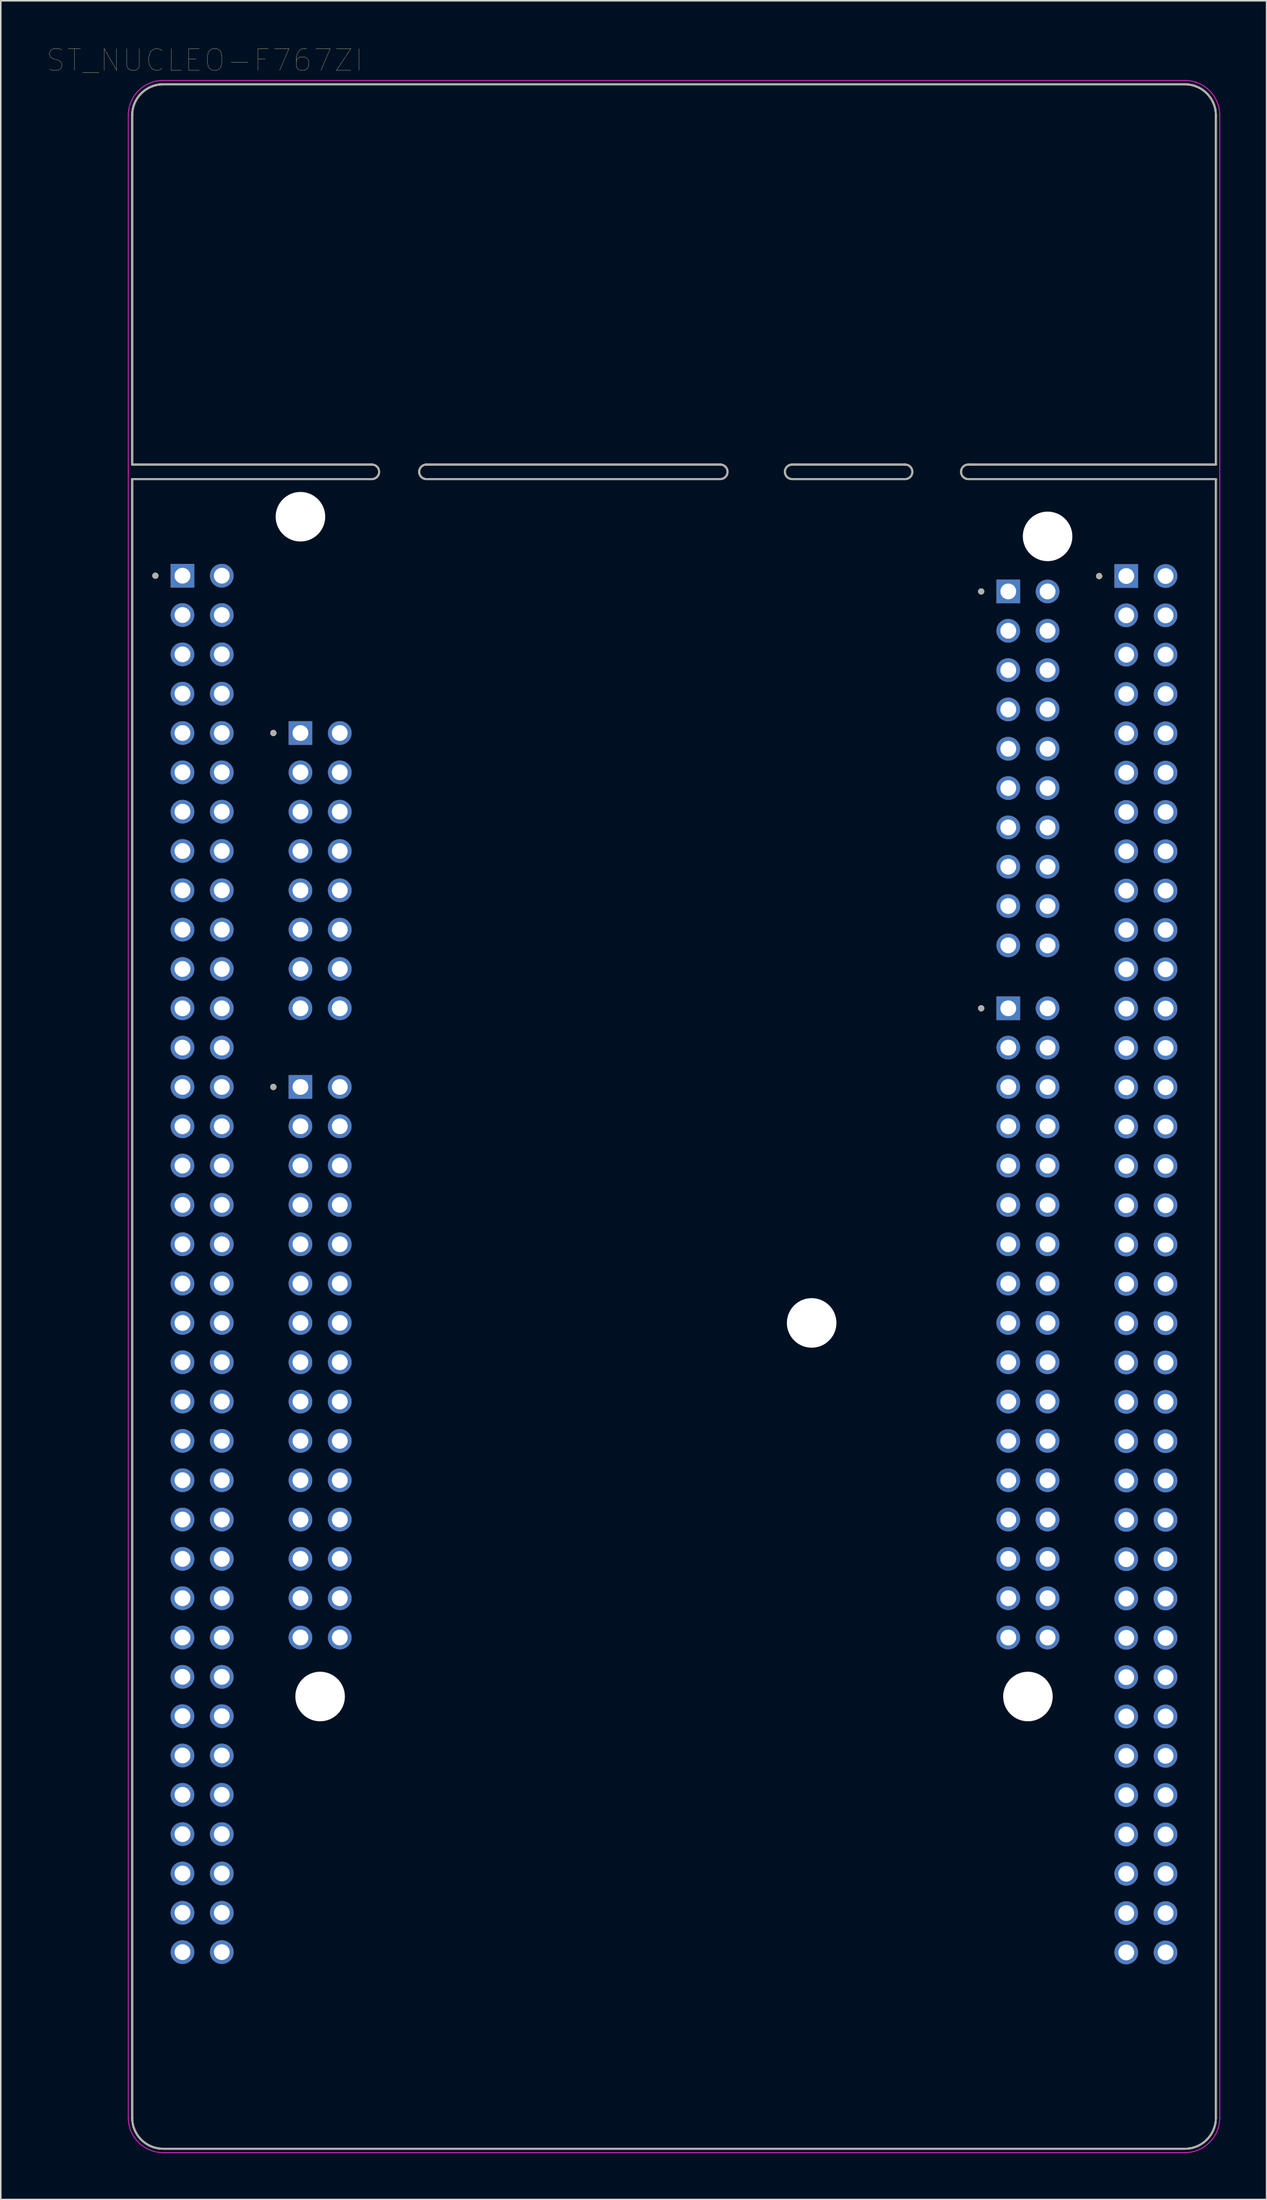
<source format=kicad_pcb>
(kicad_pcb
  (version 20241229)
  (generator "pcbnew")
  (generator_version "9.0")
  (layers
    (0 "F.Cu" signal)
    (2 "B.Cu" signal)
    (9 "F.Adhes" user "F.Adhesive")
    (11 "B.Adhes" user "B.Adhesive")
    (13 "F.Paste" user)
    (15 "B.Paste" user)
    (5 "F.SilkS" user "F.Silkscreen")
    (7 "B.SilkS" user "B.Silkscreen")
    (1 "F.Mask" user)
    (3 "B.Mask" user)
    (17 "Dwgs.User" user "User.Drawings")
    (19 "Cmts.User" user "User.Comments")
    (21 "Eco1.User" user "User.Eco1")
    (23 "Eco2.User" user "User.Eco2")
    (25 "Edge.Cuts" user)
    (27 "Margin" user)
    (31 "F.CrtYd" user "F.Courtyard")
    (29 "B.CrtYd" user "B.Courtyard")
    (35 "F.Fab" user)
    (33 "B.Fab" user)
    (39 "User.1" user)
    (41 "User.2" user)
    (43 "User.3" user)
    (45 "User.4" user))
  (footprint "ST_NUCLEO-F767ZI"
    (layer "F.Cu")
    (at 40.487 69.064)
    (property "Reference" "ST_NUCLEO-F767ZI" (at -30.305 -68.219 0) (layer "F.SilkS") (effects (font (size 1.4 1.4) (thickness 0.015))))
    (attr through_hole)
    (fp_line (start -35 -64.67) (end -35 -42.11) (stroke (width 0.127) (type solid)) (layer "F.SilkS"))
    (fp_line (start -35 -42.11) (end -19.507 -42.11) (stroke (width 0.127) (type solid)) (layer "F.SilkS"))
    (fp_line (start -35 -41.17) (end -35 64.67) (stroke (width 0.127) (type solid)) (layer "F.SilkS"))
    (fp_line (start -35 -41.17) (end -19.507 -41.17) (stroke (width 0.127) (type solid)) (layer "F.SilkS"))
    (fp_line (start -33 66.67) (end 33 66.67) (stroke (width 0.127) (type solid)) (layer "F.SilkS"))
    (fp_line (start -16.002 -42.11) (end 2.997 -42.11) (stroke (width 0.127) (type solid)) (layer "F.SilkS"))
    (fp_line (start -16.002 -41.17) (end 2.997 -41.17) (stroke (width 0.127) (type solid)) (layer "F.SilkS"))
    (fp_line (start 7.62 -42.11) (end 14.935 -42.11) (stroke (width 0.127) (type solid)) (layer "F.SilkS"))
    (fp_line (start 7.62 -41.17) (end 14.935 -41.17) (stroke (width 0.127) (type solid)) (layer "F.SilkS"))
    (fp_line (start 18.999 -42.11) (end 35 -42.11) (stroke (width 0.127) (type solid)) (layer "F.SilkS"))
    (fp_line (start 18.999 -41.17) (end 35 -41.17) (stroke (width 0.127) (type solid)) (layer "F.SilkS"))
    (fp_line (start 33 -66.67) (end -33 -66.67) (stroke (width 0.127) (type solid)) (layer "F.SilkS"))
    (fp_line (start 35 -42.11) (end 35 -64.67) (stroke (width 0.127) (type solid)) (layer "F.SilkS"))
    (fp_line (start 35 64.67) (end 35 -41.17) (stroke (width 0.127) (type solid)) (layer "F.SilkS"))
    (fp_arc (start -35 -64.67) (mid -34.414214 -66.084214) (end -33 -66.67) (stroke (width 0.127) (type solid)) (layer "F.SilkS"))
    (fp_arc (start -33 66.67) (mid -34.414214 66.084214) (end -35 64.67) (stroke (width 0.127) (type solid)) (layer "F.SilkS"))
    (fp_arc (start -19.507199 -42.11) (mid -19.044602 -41.64) (end -19.5072 -41.17) (stroke (width 0.127) (type solid)) (layer "F.SilkS"))
    (fp_arc (start -16.002001 -41.17) (mid -16.464598 -41.64) (end -16.002 -42.11) (stroke (width 0.127) (type solid)) (layer "F.SilkS"))
    (fp_arc (start 2.997201 -42.11) (mid 3.459798 -41.64) (end 2.9972 -41.17) (stroke (width 0.127) (type solid)) (layer "F.SilkS"))
    (fp_arc (start 7.619999 -41.17) (mid 7.157402 -41.64) (end 7.62 -42.11) (stroke (width 0.127) (type solid)) (layer "F.SilkS"))
    (fp_arc (start 14.935201 -42.11) (mid 15.397798 -41.64) (end 14.9352 -41.17) (stroke (width 0.127) (type solid)) (layer "F.SilkS"))
    (fp_arc (start 18.999199 -41.17) (mid 18.536602 -41.64) (end 18.9992 -42.11) (stroke (width 0.127) (type solid)) (layer "F.SilkS"))
    (fp_arc (start 33 -66.67) (mid 34.414214 -66.084214) (end 35 -64.67) (stroke (width 0.127) (type solid)) (layer "F.SilkS"))
    (fp_arc (start 35 64.67) (mid 34.414214 66.084214) (end 33 66.67) (stroke (width 0.127) (type solid)) (layer "F.SilkS"))
    (fp_circle (center -33.5 -34.93) (end -33.4 -34.93) (stroke (width 0.2) (type solid)) (fill no) (layer "F.SilkS"))
    (fp_circle (center -25.88 -24.77) (end -25.78 -24.77) (stroke (width 0.2) (type solid)) (fill no) (layer "F.SilkS"))
    (fp_circle (center -25.88 -1.91) (end -25.78 -1.91) (stroke (width 0.2) (type solid)) (fill no) (layer "F.SilkS"))
    (fp_circle (center 19.84 -33.914) (end 19.94 -33.914) (stroke (width 0.2) (type solid)) (fill no) (layer "F.SilkS"))
    (fp_circle (center 19.84 -6.99) (end 19.94 -6.99) (stroke (width 0.2) (type solid)) (fill no) (layer "F.SilkS"))
    (fp_circle (center 27.46 -34.905) (end 27.56 -34.905) (stroke (width 0.2) (type solid)) (fill no) (layer "F.SilkS"))
    (fp_line (start -35.25 -64.67) (end -35.25 64.67) (stroke (width 0.05) (type solid)) (layer "F.CrtYd"))
    (fp_line (start -33 66.92) (end 33 66.92) (stroke (width 0.05) (type solid)) (layer "F.CrtYd"))
    (fp_line (start 33 -66.92) (end -33 -66.92) (stroke (width 0.05) (type solid)) (layer "F.CrtYd"))
    (fp_line (start 35.25 64.67) (end 35.25 -64.67) (stroke (width 0.05) (type solid)) (layer "F.CrtYd"))
    (fp_arc (start -35.25 -64.67) (mid -34.59099 -66.26099) (end -33 -66.92) (stroke (width 0.05) (type solid)) (layer "F.CrtYd"))
    (fp_arc (start -33 66.92) (mid -34.59099 66.26099) (end -35.25 64.67) (stroke (width 0.05) (type solid)) (layer "F.CrtYd"))
    (fp_arc (start 33 -66.92) (mid 34.59099 -66.26099) (end 35.25 -64.67) (stroke (width 0.05) (type solid)) (layer "F.CrtYd"))
    (fp_arc (start 35.25 64.67) (mid 34.59099 66.26099) (end 33 66.92) (stroke (width 0.05) (type solid)) (layer "F.CrtYd"))
    (fp_line (start -35 -64.67) (end -35 -42.11) (stroke (width 0.127) (type solid)) (layer "F.Fab"))
    (fp_line (start -35 -42.11) (end -19.507 -42.11) (stroke (width 0.127) (type solid)) (layer "F.Fab"))
    (fp_line (start -35 -41.17) (end -35 64.67) (stroke (width 0.127) (type solid)) (layer "F.Fab"))
    (fp_line (start -35 -41.17) (end -19.507 -41.17) (stroke (width 0.127) (type solid)) (layer "F.Fab"))
    (fp_line (start -33 66.67) (end 33 66.67) (stroke (width 0.127) (type solid)) (layer "F.Fab"))
    (fp_line (start -16.002 -42.11) (end 2.997 -42.11) (stroke (width 0.127) (type solid)) (layer "F.Fab"))
    (fp_line (start -16.002 -41.17) (end 2.997 -41.17) (stroke (width 0.127) (type solid)) (layer "F.Fab"))
    (fp_line (start 7.62 -42.11) (end 14.935 -42.11) (stroke (width 0.127) (type solid)) (layer "F.Fab"))
    (fp_line (start 7.62 -41.17) (end 14.935 -41.17) (stroke (width 0.127) (type solid)) (layer "F.Fab"))
    (fp_line (start 18.999 -42.11) (end 35 -42.11) (stroke (width 0.127) (type solid)) (layer "F.Fab"))
    (fp_line (start 18.999 -41.17) (end 35 -41.17) (stroke (width 0.127) (type solid)) (layer "F.Fab"))
    (fp_line (start 33 -66.67) (end -33 -66.67) (stroke (width 0.127) (type solid)) (layer "F.Fab"))
    (fp_line (start 35 -42.11) (end 35 -64.67) (stroke (width 0.127) (type solid)) (layer "F.Fab"))
    (fp_line (start 35 64.67) (end 35 -41.17) (stroke (width 0.127) (type solid)) (layer "F.Fab"))
    (fp_arc (start -35 -64.67) (mid -34.414214 -66.084214) (end -33 -66.67) (stroke (width 0.127) (type solid)) (layer "F.Fab"))
    (fp_arc (start -33 66.67) (mid -34.414214 66.084214) (end -35 64.67) (stroke (width 0.127) (type solid)) (layer "F.Fab"))
    (fp_arc (start -19.507199 -42.11) (mid -19.044602 -41.64) (end -19.5072 -41.17) (stroke (width 0.127) (type solid)) (layer "F.Fab"))
    (fp_arc (start -16.002001 -41.17) (mid -16.464598 -41.64) (end -16.002 -42.11) (stroke (width 0.127) (type solid)) (layer "F.Fab"))
    (fp_arc (start 2.997201 -42.11) (mid 3.459798 -41.64) (end 2.9972 -41.17) (stroke (width 0.127) (type solid)) (layer "F.Fab"))
    (fp_arc (start 7.619999 -41.17) (mid 7.157402 -41.64) (end 7.62 -42.11) (stroke (width 0.127) (type solid)) (layer "F.Fab"))
    (fp_arc (start 14.935201 -42.11) (mid 15.397798 -41.64) (end 14.9352 -41.17) (stroke (width 0.127) (type solid)) (layer "F.Fab"))
    (fp_arc (start 18.999199 -41.17) (mid 18.536602 -41.64) (end 18.9992 -42.11) (stroke (width 0.127) (type solid)) (layer "F.Fab"))
    (fp_arc (start 33 -66.67) (mid 34.414214 -66.084214) (end 35 -64.67) (stroke (width 0.127) (type solid)) (layer "F.Fab"))
    (fp_arc (start 35 64.67) (mid 34.414214 66.084214) (end 33 66.67) (stroke (width 0.127) (type solid)) (layer "F.Fab"))
    (fp_circle (center -33.5 -34.93) (end -33.4 -34.93) (stroke (width 0.2) (type solid)) (fill no) (layer "F.Fab"))
    (fp_circle (center -25.88 -24.77) (end -25.78 -24.77) (stroke (width 0.2) (type solid)) (fill no) (layer "F.Fab"))
    (fp_circle (center -25.88 -1.91) (end -25.78 -1.91) (stroke (width 0.2) (type solid)) (fill no) (layer "F.Fab"))
    (fp_circle (center 19.84 -33.914) (end 19.94 -33.914) (stroke (width 0.2) (type solid)) (fill no) (layer "F.Fab"))
    (fp_circle (center 19.84 -6.99) (end 19.94 -6.99) (stroke (width 0.2) (type solid)) (fill no) (layer "F.Fab"))
    (fp_circle (center 27.46 -34.905) (end 27.56 -34.905) (stroke (width 0.2) (type solid)) (fill no) (layer "F.Fab"))
    (pad "" np_thru_hole circle (at -24.13 -38.74) (size 3.2 3.2) (drill 3.2) (layers "*.Cu" "*.Mask"))
    (pad "" np_thru_hole circle (at -22.86 37.46) (size 3.2 3.2) (drill 3.2) (layers "*.Cu" "*.Mask"))
    (pad "" np_thru_hole circle (at 8.89 13.33) (size 3.2 3.2) (drill 3.2) (layers "*.Cu" "*.Mask"))
    (pad "" np_thru_hole circle (at 22.86 37.46) (size 3.2 3.2) (drill 3.2) (layers "*.Cu" "*.Mask"))
    (pad "" np_thru_hole circle (at 24.13 -37.47) (size 3.2 3.2) (drill 3.2) (layers "*.Cu" "*.Mask"))
    (pad "CN7_1" thru_hole rect (at 21.59 -33.914) (size 1.53 1.53) (drill 1.02) (layers "*.Cu" "*.Mask"))
    (pad "CN7_2" thru_hole circle (at 24.13 -33.914) (size 1.53 1.53) (drill 1.02) (layers "*.Cu" "*.Mask"))
    (pad "CN7_3" thru_hole circle (at 21.59 -31.374) (size 1.53 1.53) (drill 1.02) (layers "*.Cu" "*.Mask"))
    (pad "CN7_4" thru_hole circle (at 24.13 -31.374) (size 1.53 1.53) (drill 1.02) (layers "*.Cu" "*.Mask"))
    (pad "CN7_5" thru_hole circle (at 21.59 -28.834) (size 1.53 1.53) (drill 1.02) (layers "*.Cu" "*.Mask"))
    (pad "CN7_6" thru_hole circle (at 24.13 -28.834) (size 1.53 1.53) (drill 1.02) (layers "*.Cu" "*.Mask"))
    (pad "CN7_7" thru_hole circle (at 21.59 -26.294) (size 1.53 1.53) (drill 1.02) (layers "*.Cu" "*.Mask"))
    (pad "CN7_8" thru_hole circle (at 24.13 -26.294) (size 1.53 1.53) (drill 1.02) (layers "*.Cu" "*.Mask"))
    (pad "CN7_9" thru_hole circle (at 21.59 -23.754) (size 1.53 1.53) (drill 1.02) (layers "*.Cu" "*.Mask"))
    (pad "CN7_10" thru_hole circle (at 24.13 -23.754) (size 1.53 1.53) (drill 1.02) (layers "*.Cu" "*.Mask"))
    (pad "CN7_11" thru_hole circle (at 21.59 -21.214) (size 1.53 1.53) (drill 1.02) (layers "*.Cu" "*.Mask"))
    (pad "CN7_12" thru_hole circle (at 24.13 -21.214) (size 1.53 1.53) (drill 1.02) (layers "*.Cu" "*.Mask"))
    (pad "CN7_13" thru_hole circle (at 21.59 -18.674) (size 1.53 1.53) (drill 1.02) (layers "*.Cu" "*.Mask"))
    (pad "CN7_14" thru_hole circle (at 24.13 -18.674) (size 1.53 1.53) (drill 1.02) (layers "*.Cu" "*.Mask"))
    (pad "CN7_15" thru_hole circle (at 21.59 -16.134) (size 1.53 1.53) (drill 1.02) (layers "*.Cu" "*.Mask"))
    (pad "CN7_16" thru_hole circle (at 24.13 -16.134) (size 1.53 1.53) (drill 1.02) (layers "*.Cu" "*.Mask"))
    (pad "CN7_17" thru_hole circle (at 21.59 -13.594) (size 1.53 1.53) (drill 1.02) (layers "*.Cu" "*.Mask"))
    (pad "CN7_18" thru_hole circle (at 24.13 -13.594) (size 1.53 1.53) (drill 1.02) (layers "*.Cu" "*.Mask"))
    (pad "CN7_19" thru_hole circle (at 21.59 -11.054) (size 1.53 1.53) (drill 1.02) (layers "*.Cu" "*.Mask"))
    (pad "CN7_20" thru_hole circle (at 24.13 -11.054) (size 1.53 1.53) (drill 1.02) (layers "*.Cu" "*.Mask"))
    (pad "CN8_1" thru_hole rect (at -24.13 -24.77) (size 1.53 1.53) (drill 1.02) (layers "*.Cu" "*.Mask"))
    (pad "CN8_2" thru_hole circle (at -21.59 -24.77) (size 1.53 1.53) (drill 1.02) (layers "*.Cu" "*.Mask"))
    (pad "CN8_3" thru_hole circle (at -24.13 -22.23) (size 1.53 1.53) (drill 1.02) (layers "*.Cu" "*.Mask"))
    (pad "CN8_4" thru_hole circle (at -21.59 -22.23) (size 1.53 1.53) (drill 1.02) (layers "*.Cu" "*.Mask"))
    (pad "CN8_5" thru_hole circle (at -24.13 -19.69) (size 1.53 1.53) (drill 1.02) (layers "*.Cu" "*.Mask"))
    (pad "CN8_6" thru_hole circle (at -21.59 -19.69) (size 1.53 1.53) (drill 1.02) (layers "*.Cu" "*.Mask"))
    (pad "CN8_7" thru_hole circle (at -24.13 -17.15) (size 1.53 1.53) (drill 1.02) (layers "*.Cu" "*.Mask"))
    (pad "CN8_8" thru_hole circle (at -21.59 -17.15) (size 1.53 1.53) (drill 1.02) (layers "*.Cu" "*.Mask"))
    (pad "CN8_9" thru_hole circle (at -24.13 -14.61) (size 1.53 1.53) (drill 1.02) (layers "*.Cu" "*.Mask"))
    (pad "CN8_10" thru_hole circle (at -21.59 -14.61) (size 1.53 1.53) (drill 1.02) (layers "*.Cu" "*.Mask"))
    (pad "CN8_11" thru_hole circle (at -24.13 -12.07) (size 1.53 1.53) (drill 1.02) (layers "*.Cu" "*.Mask"))
    (pad "CN8_12" thru_hole circle (at -21.59 -12.07) (size 1.53 1.53) (drill 1.02) (layers "*.Cu" "*.Mask"))
    (pad "CN8_13" thru_hole circle (at -24.13 -9.53) (size 1.53 1.53) (drill 1.02) (layers "*.Cu" "*.Mask"))
    (pad "CN8_14" thru_hole circle (at -21.59 -9.53) (size 1.53 1.53) (drill 1.02) (layers "*.Cu" "*.Mask"))
    (pad "CN8_15" thru_hole circle (at -24.13 -6.99) (size 1.53 1.53) (drill 1.02) (layers "*.Cu" "*.Mask"))
    (pad "CN8_16" thru_hole circle (at -21.59 -6.99) (size 1.53 1.53) (drill 1.02) (layers "*.Cu" "*.Mask"))
    (pad "CN9_1" thru_hole rect (at -24.13 -1.91) (size 1.53 1.53) (drill 1.02) (layers "*.Cu" "*.Mask"))
    (pad "CN9_2" thru_hole circle (at -21.59 -1.91) (size 1.53 1.53) (drill 1.02) (layers "*.Cu" "*.Mask"))
    (pad "CN9_3" thru_hole circle (at -24.13 0.63) (size 1.53 1.53) (drill 1.02) (layers "*.Cu" "*.Mask"))
    (pad "CN9_4" thru_hole circle (at -21.59 0.63) (size 1.53 1.53) (drill 1.02) (layers "*.Cu" "*.Mask"))
    (pad "CN9_5" thru_hole circle (at -24.13 3.17) (size 1.53 1.53) (drill 1.02) (layers "*.Cu" "*.Mask"))
    (pad "CN9_6" thru_hole circle (at -21.59 3.17) (size 1.53 1.53) (drill 1.02) (layers "*.Cu" "*.Mask"))
    (pad "CN9_7" thru_hole circle (at -24.13 5.71) (size 1.53 1.53) (drill 1.02) (layers "*.Cu" "*.Mask"))
    (pad "CN9_8" thru_hole circle (at -21.59 5.71) (size 1.53 1.53) (drill 1.02) (layers "*.Cu" "*.Mask"))
    (pad "CN9_9" thru_hole circle (at -24.13 8.25) (size 1.53 1.53) (drill 1.02) (layers "*.Cu" "*.Mask"))
    (pad "CN9_10" thru_hole circle (at -21.59 8.25) (size 1.53 1.53) (drill 1.02) (layers "*.Cu" "*.Mask"))
    (pad "CN9_11" thru_hole circle (at -24.13 10.79) (size 1.53 1.53) (drill 1.02) (layers "*.Cu" "*.Mask"))
    (pad "CN9_12" thru_hole circle (at -21.59 10.79) (size 1.53 1.53) (drill 1.02) (layers "*.Cu" "*.Mask"))
    (pad "CN9_13" thru_hole circle (at -24.13 13.33) (size 1.53 1.53) (drill 1.02) (layers "*.Cu" "*.Mask"))
    (pad "CN9_14" thru_hole circle (at -21.59 13.33) (size 1.53 1.53) (drill 1.02) (layers "*.Cu" "*.Mask"))
    (pad "CN9_15" thru_hole circle (at -24.13 15.87) (size 1.53 1.53) (drill 1.02) (layers "*.Cu" "*.Mask"))
    (pad "CN9_16" thru_hole circle (at -21.59 15.87) (size 1.53 1.53) (drill 1.02) (layers "*.Cu" "*.Mask"))
    (pad "CN9_17" thru_hole circle (at -24.13 18.41) (size 1.53 1.53) (drill 1.02) (layers "*.Cu" "*.Mask"))
    (pad "CN9_18" thru_hole circle (at -21.59 18.41) (size 1.53 1.53) (drill 1.02) (layers "*.Cu" "*.Mask"))
    (pad "CN9_19" thru_hole circle (at -24.13 20.95) (size 1.53 1.53) (drill 1.02) (layers "*.Cu" "*.Mask"))
    (pad "CN9_20" thru_hole circle (at -21.59 20.95) (size 1.53 1.53) (drill 1.02) (layers "*.Cu" "*.Mask"))
    (pad "CN9_21" thru_hole circle (at -24.13 23.49) (size 1.53 1.53) (drill 1.02) (layers "*.Cu" "*.Mask"))
    (pad "CN9_22" thru_hole circle (at -21.59 23.49) (size 1.53 1.53) (drill 1.02) (layers "*.Cu" "*.Mask"))
    (pad "CN9_23" thru_hole circle (at -24.13 26.03) (size 1.53 1.53) (drill 1.02) (layers "*.Cu" "*.Mask"))
    (pad "CN9_24" thru_hole circle (at -21.59 26.03) (size 1.53 1.53) (drill 1.02) (layers "*.Cu" "*.Mask"))
    (pad "CN9_25" thru_hole circle (at -24.13 28.57) (size 1.53 1.53) (drill 1.02) (layers "*.Cu" "*.Mask"))
    (pad "CN9_26" thru_hole circle (at -21.59 28.57) (size 1.53 1.53) (drill 1.02) (layers "*.Cu" "*.Mask"))
    (pad "CN9_27" thru_hole circle (at -24.13 31.11) (size 1.53 1.53) (drill 1.02) (layers "*.Cu" "*.Mask"))
    (pad "CN9_28" thru_hole circle (at -21.59 31.11) (size 1.53 1.53) (drill 1.02) (layers "*.Cu" "*.Mask"))
    (pad "CN9_29" thru_hole circle (at -24.13 33.65) (size 1.53 1.53) (drill 1.02) (layers "*.Cu" "*.Mask"))
    (pad "CN9_30" thru_hole circle (at -21.59 33.65) (size 1.53 1.53) (drill 1.02) (layers "*.Cu" "*.Mask"))
    (pad "CN10_1" thru_hole rect (at 21.59 -6.99) (size 1.53 1.53) (drill 1.02) (layers "*.Cu" "*.Mask"))
    (pad "CN10_2" thru_hole circle (at 24.13 -6.99) (size 1.53 1.53) (drill 1.02) (layers "*.Cu" "*.Mask"))
    (pad "CN10_3" thru_hole circle (at 21.59 -4.45) (size 1.53 1.53) (drill 1.02) (layers "*.Cu" "*.Mask"))
    (pad "CN10_4" thru_hole circle (at 24.13 -4.45) (size 1.53 1.53) (drill 1.02) (layers "*.Cu" "*.Mask"))
    (pad "CN10_5" thru_hole circle (at 21.59 -1.91) (size 1.53 1.53) (drill 1.02) (layers "*.Cu" "*.Mask"))
    (pad "CN10_6" thru_hole circle (at 24.13 -1.91) (size 1.53 1.53) (drill 1.02) (layers "*.Cu" "*.Mask"))
    (pad "CN10_7" thru_hole circle (at 21.59 0.63) (size 1.53 1.53) (drill 1.02) (layers "*.Cu" "*.Mask"))
    (pad "CN10_8" thru_hole circle (at 24.13 0.63) (size 1.53 1.53) (drill 1.02) (layers "*.Cu" "*.Mask"))
    (pad "CN10_9" thru_hole circle (at 21.59 3.17) (size 1.53 1.53) (drill 1.02) (layers "*.Cu" "*.Mask"))
    (pad "CN10_10" thru_hole circle (at 24.13 3.17) (size 1.53 1.53) (drill 1.02) (layers "*.Cu" "*.Mask"))
    (pad "CN10_11" thru_hole circle (at 21.59 5.71) (size 1.53 1.53) (drill 1.02) (layers "*.Cu" "*.Mask"))
    (pad "CN10_12" thru_hole circle (at 24.13 5.71) (size 1.53 1.53) (drill 1.02) (layers "*.Cu" "*.Mask"))
    (pad "CN10_13" thru_hole circle (at 21.59 8.25) (size 1.53 1.53) (drill 1.02) (layers "*.Cu" "*.Mask"))
    (pad "CN10_14" thru_hole circle (at 24.13 8.25) (size 1.53 1.53) (drill 1.02) (layers "*.Cu" "*.Mask"))
    (pad "CN10_15" thru_hole circle (at 21.59 10.79) (size 1.53 1.53) (drill 1.02) (layers "*.Cu" "*.Mask"))
    (pad "CN10_16" thru_hole circle (at 24.13 10.79) (size 1.53 1.53) (drill 1.02) (layers "*.Cu" "*.Mask"))
    (pad "CN10_17" thru_hole circle (at 21.59 13.33) (size 1.53 1.53) (drill 1.02) (layers "*.Cu" "*.Mask"))
    (pad "CN10_18" thru_hole circle (at 24.13 13.33) (size 1.53 1.53) (drill 1.02) (layers "*.Cu" "*.Mask"))
    (pad "CN10_19" thru_hole circle (at 21.59 15.87) (size 1.53 1.53) (drill 1.02) (layers "*.Cu" "*.Mask"))
    (pad "CN10_20" thru_hole circle (at 24.13 15.87) (size 1.53 1.53) (drill 1.02) (layers "*.Cu" "*.Mask"))
    (pad "CN10_21" thru_hole circle (at 21.59 18.41) (size 1.53 1.53) (drill 1.02) (layers "*.Cu" "*.Mask"))
    (pad "CN10_22" thru_hole circle (at 24.13 18.41) (size 1.53 1.53) (drill 1.02) (layers "*.Cu" "*.Mask"))
    (pad "CN10_23" thru_hole circle (at 21.59 20.95) (size 1.53 1.53) (drill 1.02) (layers "*.Cu" "*.Mask"))
    (pad "CN10_24" thru_hole circle (at 24.13 20.95) (size 1.53 1.53) (drill 1.02) (layers "*.Cu" "*.Mask"))
    (pad "CN10_25" thru_hole circle (at 21.59 23.49) (size 1.53 1.53) (drill 1.02) (layers "*.Cu" "*.Mask"))
    (pad "CN10_26" thru_hole circle (at 24.13 23.49) (size 1.53 1.53) (drill 1.02) (layers "*.Cu" "*.Mask"))
    (pad "CN10_27" thru_hole circle (at 21.59 26.03) (size 1.53 1.53) (drill 1.02) (layers "*.Cu" "*.Mask"))
    (pad "CN10_28" thru_hole circle (at 24.13 26.03) (size 1.53 1.53) (drill 1.02) (layers "*.Cu" "*.Mask"))
    (pad "CN10_29" thru_hole circle (at 21.59 28.57) (size 1.53 1.53) (drill 1.02) (layers "*.Cu" "*.Mask"))
    (pad "CN10_30" thru_hole circle (at 24.13 28.57) (size 1.53 1.53) (drill 1.02) (layers "*.Cu" "*.Mask"))
    (pad "CN10_31" thru_hole circle (at 21.59 31.11) (size 1.53 1.53) (drill 1.02) (layers "*.Cu" "*.Mask"))
    (pad "CN10_32" thru_hole circle (at 24.13 31.11) (size 1.53 1.53) (drill 1.02) (layers "*.Cu" "*.Mask"))
    (pad "CN10_33" thru_hole circle (at 21.59 33.65) (size 1.53 1.53) (drill 1.02) (layers "*.Cu" "*.Mask"))
    (pad "CN10_34" thru_hole circle (at 24.13 33.65) (size 1.53 1.53) (drill 1.02) (layers "*.Cu" "*.Mask"))
    (pad "CN11_1" thru_hole rect (at -31.75 -34.93) (size 1.53 1.53) (drill 1.02) (layers "*.Cu" "*.Mask"))
    (pad "CN11_2" thru_hole circle (at -29.21 -34.93) (size 1.53 1.53) (drill 1.02) (layers "*.Cu" "*.Mask"))
    (pad "CN11_3" thru_hole circle (at -31.75 -32.39) (size 1.53 1.53) (drill 1.02) (layers "*.Cu" "*.Mask"))
    (pad "CN11_4" thru_hole circle (at -29.21 -32.39) (size 1.53 1.53) (drill 1.02) (layers "*.Cu" "*.Mask"))
    (pad "CN11_5" thru_hole circle (at -31.75 -29.85) (size 1.53 1.53) (drill 1.02) (layers "*.Cu" "*.Mask"))
    (pad "CN11_6" thru_hole circle (at -29.21 -29.85) (size 1.53 1.53) (drill 1.02) (layers "*.Cu" "*.Mask"))
    (pad "CN11_7" thru_hole circle (at -31.75 -27.31) (size 1.53 1.53) (drill 1.02) (layers "*.Cu" "*.Mask"))
    (pad "CN11_8" thru_hole circle (at -29.21 -27.31) (size 1.53 1.53) (drill 1.02) (layers "*.Cu" "*.Mask"))
    (pad "CN11_9" thru_hole circle (at -31.75 -24.77) (size 1.53 1.53) (drill 1.02) (layers "*.Cu" "*.Mask"))
    (pad "CN11_10" thru_hole circle (at -29.21 -24.77) (size 1.53 1.53) (drill 1.02) (layers "*.Cu" "*.Mask"))
    (pad "CN11_11" thru_hole circle (at -31.75 -22.23) (size 1.53 1.53) (drill 1.02) (layers "*.Cu" "*.Mask"))
    (pad "CN11_12" thru_hole circle (at -29.21 -22.23) (size 1.53 1.53) (drill 1.02) (layers "*.Cu" "*.Mask"))
    (pad "CN11_13" thru_hole circle (at -31.75 -19.69) (size 1.53 1.53) (drill 1.02) (layers "*.Cu" "*.Mask"))
    (pad "CN11_14" thru_hole circle (at -29.21 -19.69) (size 1.53 1.53) (drill 1.02) (layers "*.Cu" "*.Mask"))
    (pad "CN11_15" thru_hole circle (at -31.75 -17.15) (size 1.53 1.53) (drill 1.02) (layers "*.Cu" "*.Mask"))
    (pad "CN11_16" thru_hole circle (at -29.21 -17.15) (size 1.53 1.53) (drill 1.02) (layers "*.Cu" "*.Mask"))
    (pad "CN11_17" thru_hole circle (at -31.75 -14.61) (size 1.53 1.53) (drill 1.02) (layers "*.Cu" "*.Mask"))
    (pad "CN11_18" thru_hole circle (at -29.21 -14.61) (size 1.53 1.53) (drill 1.02) (layers "*.Cu" "*.Mask"))
    (pad "CN11_19" thru_hole circle (at -31.75 -12.07) (size 1.53 1.53) (drill 1.02) (layers "*.Cu" "*.Mask"))
    (pad "CN11_20" thru_hole circle (at -29.21 -12.07) (size 1.53 1.53) (drill 1.02) (layers "*.Cu" "*.Mask"))
    (pad "CN11_21" thru_hole circle (at -31.75 -9.53) (size 1.53 1.53) (drill 1.02) (layers "*.Cu" "*.Mask"))
    (pad "CN11_22" thru_hole circle (at -29.21 -9.53) (size 1.53 1.53) (drill 1.02) (layers "*.Cu" "*.Mask"))
    (pad "CN11_23" thru_hole circle (at -31.75 -6.99) (size 1.53 1.53) (drill 1.02) (layers "*.Cu" "*.Mask"))
    (pad "CN11_24" thru_hole circle (at -29.21 -6.99) (size 1.53 1.53) (drill 1.02) (layers "*.Cu" "*.Mask"))
    (pad "CN11_25" thru_hole circle (at -31.75 -4.45) (size 1.53 1.53) (drill 1.02) (layers "*.Cu" "*.Mask"))
    (pad "CN11_26" thru_hole circle (at -29.21 -4.45) (size 1.53 1.53) (drill 1.02) (layers "*.Cu" "*.Mask"))
    (pad "CN11_27" thru_hole circle (at -31.75 -1.91) (size 1.53 1.53) (drill 1.02) (layers "*.Cu" "*.Mask"))
    (pad "CN11_28" thru_hole circle (at -29.21 -1.91) (size 1.53 1.53) (drill 1.02) (layers "*.Cu" "*.Mask"))
    (pad "CN11_29" thru_hole circle (at -31.75 0.63) (size 1.53 1.53) (drill 1.02) (layers "*.Cu" "*.Mask"))
    (pad "CN11_30" thru_hole circle (at -29.21 0.63) (size 1.53 1.53) (drill 1.02) (layers "*.Cu" "*.Mask"))
    (pad "CN11_31" thru_hole circle (at -31.75 3.17) (size 1.53 1.53) (drill 1.02) (layers "*.Cu" "*.Mask"))
    (pad "CN11_32" thru_hole circle (at -29.21 3.17) (size 1.53 1.53) (drill 1.02) (layers "*.Cu" "*.Mask"))
    (pad "CN11_33" thru_hole circle (at -31.75 5.71) (size 1.53 1.53) (drill 1.02) (layers "*.Cu" "*.Mask"))
    (pad "CN11_34" thru_hole circle (at -29.21 5.71) (size 1.53 1.53) (drill 1.02) (layers "*.Cu" "*.Mask"))
    (pad "CN11_35" thru_hole circle (at -31.75 8.25) (size 1.53 1.53) (drill 1.02) (layers "*.Cu" "*.Mask"))
    (pad "CN11_36" thru_hole circle (at -29.21 8.25) (size 1.53 1.53) (drill 1.02) (layers "*.Cu" "*.Mask"))
    (pad "CN11_37" thru_hole circle (at -31.75 10.79) (size 1.53 1.53) (drill 1.02) (layers "*.Cu" "*.Mask"))
    (pad "CN11_38" thru_hole circle (at -29.21 10.79) (size 1.53 1.53) (drill 1.02) (layers "*.Cu" "*.Mask"))
    (pad "CN11_39" thru_hole circle (at -31.75 13.33) (size 1.53 1.53) (drill 1.02) (layers "*.Cu" "*.Mask"))
    (pad "CN11_40" thru_hole circle (at -29.21 13.33) (size 1.53 1.53) (drill 1.02) (layers "*.Cu" "*.Mask"))
    (pad "CN11_41" thru_hole circle (at -31.75 15.87) (size 1.53 1.53) (drill 1.02) (layers "*.Cu" "*.Mask"))
    (pad "CN11_42" thru_hole circle (at -29.21 15.87) (size 1.53 1.53) (drill 1.02) (layers "*.Cu" "*.Mask"))
    (pad "CN11_43" thru_hole circle (at -31.75 18.41) (size 1.53 1.53) (drill 1.02) (layers "*.Cu" "*.Mask"))
    (pad "CN11_44" thru_hole circle (at -29.21 18.41) (size 1.53 1.53) (drill 1.02) (layers "*.Cu" "*.Mask"))
    (pad "CN11_45" thru_hole circle (at -31.75 20.95) (size 1.53 1.53) (drill 1.02) (layers "*.Cu" "*.Mask"))
    (pad "CN11_46" thru_hole circle (at -29.21 20.95) (size 1.53 1.53) (drill 1.02) (layers "*.Cu" "*.Mask"))
    (pad "CN11_47" thru_hole circle (at -31.75 23.49) (size 1.53 1.53) (drill 1.02) (layers "*.Cu" "*.Mask"))
    (pad "CN11_48" thru_hole circle (at -29.21 23.49) (size 1.53 1.53) (drill 1.02) (layers "*.Cu" "*.Mask"))
    (pad "CN11_49" thru_hole circle (at -31.75 26.03) (size 1.53 1.53) (drill 1.02) (layers "*.Cu" "*.Mask"))
    (pad "CN11_50" thru_hole circle (at -29.21 26.03) (size 1.53 1.53) (drill 1.02) (layers "*.Cu" "*.Mask"))
    (pad "CN11_51" thru_hole circle (at -31.75 28.57) (size 1.53 1.53) (drill 1.02) (layers "*.Cu" "*.Mask"))
    (pad "CN11_52" thru_hole circle (at -29.21 28.57) (size 1.53 1.53) (drill 1.02) (layers "*.Cu" "*.Mask"))
    (pad "CN11_53" thru_hole circle (at -31.75 31.11) (size 1.53 1.53) (drill 1.02) (layers "*.Cu" "*.Mask"))
    (pad "CN11_54" thru_hole circle (at -29.21 31.11) (size 1.53 1.53) (drill 1.02) (layers "*.Cu" "*.Mask"))
    (pad "CN11_55" thru_hole circle (at -31.75 33.65) (size 1.53 1.53) (drill 1.02) (layers "*.Cu" "*.Mask"))
    (pad "CN11_56" thru_hole circle (at -29.21 33.65) (size 1.53 1.53) (drill 1.02) (layers "*.Cu" "*.Mask"))
    (pad "CN11_57" thru_hole circle (at -31.75 36.19) (size 1.53 1.53) (drill 1.02) (layers "*.Cu" "*.Mask"))
    (pad "CN11_58" thru_hole circle (at -29.21 36.19) (size 1.53 1.53) (drill 1.02) (layers "*.Cu" "*.Mask"))
    (pad "CN11_59" thru_hole circle (at -31.75 38.73) (size 1.53 1.53) (drill 1.02) (layers "*.Cu" "*.Mask"))
    (pad "CN11_60" thru_hole circle (at -29.21 38.73) (size 1.53 1.53) (drill 1.02) (layers "*.Cu" "*.Mask"))
    (pad "CN11_61" thru_hole circle (at -31.75 41.27) (size 1.53 1.53) (drill 1.02) (layers "*.Cu" "*.Mask"))
    (pad "CN11_62" thru_hole circle (at -29.21 41.27) (size 1.53 1.53) (drill 1.02) (layers "*.Cu" "*.Mask"))
    (pad "CN11_63" thru_hole circle (at -31.75 43.81) (size 1.53 1.53) (drill 1.02) (layers "*.Cu" "*.Mask"))
    (pad "CN11_64" thru_hole circle (at -29.21 43.81) (size 1.53 1.53) (drill 1.02) (layers "*.Cu" "*.Mask"))
    (pad "CN11_65" thru_hole circle (at -31.75 46.35) (size 1.53 1.53) (drill 1.02) (layers "*.Cu" "*.Mask"))
    (pad "CN11_66" thru_hole circle (at -29.21 46.35) (size 1.53 1.53) (drill 1.02) (layers "*.Cu" "*.Mask"))
    (pad "CN11_67" thru_hole circle (at -31.75 48.89) (size 1.53 1.53) (drill 1.02) (layers "*.Cu" "*.Mask"))
    (pad "CN11_68" thru_hole circle (at -29.21 48.89) (size 1.53 1.53) (drill 1.02) (layers "*.Cu" "*.Mask"))
    (pad "CN11_69" thru_hole circle (at -31.75 51.43) (size 1.53 1.53) (drill 1.02) (layers "*.Cu" "*.Mask"))
    (pad "CN11_70" thru_hole circle (at -29.21 51.43) (size 1.53 1.53) (drill 1.02) (layers "*.Cu" "*.Mask"))
    (pad "CN11_71" thru_hole circle (at -31.75 53.97) (size 1.53 1.53) (drill 1.02) (layers "*.Cu" "*.Mask"))
    (pad "CN11_72" thru_hole circle (at -29.21 53.97) (size 1.53 1.53) (drill 1.02) (layers "*.Cu" "*.Mask"))
    (pad "CN12_1" thru_hole rect (at 29.21 -34.91) (size 1.53 1.53) (drill 1.02) (layers "*.Cu" "*.Mask"))
    (pad "CN12_2" thru_hole circle (at 31.75 -34.91) (size 1.53 1.53) (drill 1.02) (layers "*.Cu" "*.Mask"))
    (pad "CN12_3" thru_hole circle (at 29.21 -32.37) (size 1.53 1.53) (drill 1.02) (layers "*.Cu" "*.Mask"))
    (pad "CN12_4" thru_hole circle (at 31.75 -32.37) (size 1.53 1.53) (drill 1.02) (layers "*.Cu" "*.Mask"))
    (pad "CN12_5" thru_hole circle (at 29.21 -29.83) (size 1.53 1.53) (drill 1.02) (layers "*.Cu" "*.Mask"))
    (pad "CN12_6" thru_hole circle (at 31.75 -29.83) (size 1.53 1.53) (drill 1.02) (layers "*.Cu" "*.Mask"))
    (pad "CN12_7" thru_hole circle (at 29.21 -27.29) (size 1.53 1.53) (drill 1.02) (layers "*.Cu" "*.Mask"))
    (pad "CN12_8" thru_hole circle (at 31.75 -27.29) (size 1.53 1.53) (drill 1.02) (layers "*.Cu" "*.Mask"))
    (pad "CN12_9" thru_hole circle (at 29.21 -24.75) (size 1.53 1.53) (drill 1.02) (layers "*.Cu" "*.Mask"))
    (pad "CN12_10" thru_hole circle (at 31.75 -24.75) (size 1.53 1.53) (drill 1.02) (layers "*.Cu" "*.Mask"))
    (pad "CN12_11" thru_hole circle (at 29.21 -22.21) (size 1.53 1.53) (drill 1.02) (layers "*.Cu" "*.Mask"))
    (pad "CN12_12" thru_hole circle (at 31.75 -22.21) (size 1.53 1.53) (drill 1.02) (layers "*.Cu" "*.Mask"))
    (pad "CN12_13" thru_hole circle (at 29.21 -19.67) (size 1.53 1.53) (drill 1.02) (layers "*.Cu" "*.Mask"))
    (pad "CN12_14" thru_hole circle (at 31.75 -19.67) (size 1.53 1.53) (drill 1.02) (layers "*.Cu" "*.Mask"))
    (pad "CN12_15" thru_hole circle (at 29.21 -17.13) (size 1.53 1.53) (drill 1.02) (layers "*.Cu" "*.Mask"))
    (pad "CN12_16" thru_hole circle (at 31.75 -17.13) (size 1.53 1.53) (drill 1.02) (layers "*.Cu" "*.Mask"))
    (pad "CN12_17" thru_hole circle (at 29.21 -14.59) (size 1.53 1.53) (drill 1.02) (layers "*.Cu" "*.Mask"))
    (pad "CN12_18" thru_hole circle (at 31.75 -14.59) (size 1.53 1.53) (drill 1.02) (layers "*.Cu" "*.Mask"))
    (pad "CN12_19" thru_hole circle (at 29.21 -12.05) (size 1.53 1.53) (drill 1.02) (layers "*.Cu" "*.Mask"))
    (pad "CN12_20" thru_hole circle (at 31.75 -12.05) (size 1.53 1.53) (drill 1.02) (layers "*.Cu" "*.Mask"))
    (pad "CN12_21" thru_hole circle (at 29.21 -9.51) (size 1.53 1.53) (drill 1.02) (layers "*.Cu" "*.Mask"))
    (pad "CN12_22" thru_hole circle (at 31.75 -9.51) (size 1.53 1.53) (drill 1.02) (layers "*.Cu" "*.Mask"))
    (pad "CN12_23" thru_hole circle (at 29.21 -6.97) (size 1.53 1.53) (drill 1.02) (layers "*.Cu" "*.Mask"))
    (pad "CN12_24" thru_hole circle (at 31.75 -6.97) (size 1.53 1.53) (drill 1.02) (layers "*.Cu" "*.Mask"))
    (pad "CN12_25" thru_hole circle (at 29.21 -4.43) (size 1.53 1.53) (drill 1.02) (layers "*.Cu" "*.Mask"))
    (pad "CN12_26" thru_hole circle (at 31.75 -4.43) (size 1.53 1.53) (drill 1.02) (layers "*.Cu" "*.Mask"))
    (pad "CN12_27" thru_hole circle (at 29.21 -1.89) (size 1.53 1.53) (drill 1.02) (layers "*.Cu" "*.Mask"))
    (pad "CN12_28" thru_hole circle (at 31.75 -1.89) (size 1.53 1.53) (drill 1.02) (layers "*.Cu" "*.Mask"))
    (pad "CN12_29" thru_hole circle (at 29.21 0.65) (size 1.53 1.53) (drill 1.02) (layers "*.Cu" "*.Mask"))
    (pad "CN12_30" thru_hole circle (at 31.75 0.65) (size 1.53 1.53) (drill 1.02) (layers "*.Cu" "*.Mask"))
    (pad "CN12_31" thru_hole circle (at 29.21 3.19) (size 1.53 1.53) (drill 1.02) (layers "*.Cu" "*.Mask"))
    (pad "CN12_32" thru_hole circle (at 31.75 3.19) (size 1.53 1.53) (drill 1.02) (layers "*.Cu" "*.Mask"))
    (pad "CN12_33" thru_hole circle (at 29.21 5.73) (size 1.53 1.53) (drill 1.02) (layers "*.Cu" "*.Mask"))
    (pad "CN12_34" thru_hole circle (at 31.75 5.73) (size 1.53 1.53) (drill 1.02) (layers "*.Cu" "*.Mask"))
    (pad "CN12_35" thru_hole circle (at 29.21 8.27) (size 1.53 1.53) (drill 1.02) (layers "*.Cu" "*.Mask"))
    (pad "CN12_36" thru_hole circle (at 31.75 8.27) (size 1.53 1.53) (drill 1.02) (layers "*.Cu" "*.Mask"))
    (pad "CN12_37" thru_hole circle (at 29.21 10.81) (size 1.53 1.53) (drill 1.02) (layers "*.Cu" "*.Mask"))
    (pad "CN12_38" thru_hole circle (at 31.75 10.81) (size 1.53 1.53) (drill 1.02) (layers "*.Cu" "*.Mask"))
    (pad "CN12_39" thru_hole circle (at 29.21 13.35) (size 1.53 1.53) (drill 1.02) (layers "*.Cu" "*.Mask"))
    (pad "CN12_40" thru_hole circle (at 31.75 13.35) (size 1.53 1.53) (drill 1.02) (layers "*.Cu" "*.Mask"))
    (pad "CN12_41" thru_hole circle (at 29.21 15.89) (size 1.53 1.53) (drill 1.02) (layers "*.Cu" "*.Mask"))
    (pad "CN12_42" thru_hole circle (at 31.75 15.89) (size 1.53 1.53) (drill 1.02) (layers "*.Cu" "*.Mask"))
    (pad "CN12_43" thru_hole circle (at 29.21 18.43) (size 1.53 1.53) (drill 1.02) (layers "*.Cu" "*.Mask"))
    (pad "CN12_44" thru_hole circle (at 31.75 18.43) (size 1.53 1.53) (drill 1.02) (layers "*.Cu" "*.Mask"))
    (pad "CN12_45" thru_hole circle (at 29.21 20.97) (size 1.53 1.53) (drill 1.02) (layers "*.Cu" "*.Mask"))
    (pad "CN12_46" thru_hole circle (at 31.75 20.97) (size 1.53 1.53) (drill 1.02) (layers "*.Cu" "*.Mask"))
    (pad "CN12_47" thru_hole circle (at 29.21 23.51) (size 1.53 1.53) (drill 1.02) (layers "*.Cu" "*.Mask"))
    (pad "CN12_48" thru_hole circle (at 31.75 23.51) (size 1.53 1.53) (drill 1.02) (layers "*.Cu" "*.Mask"))
    (pad "CN12_49" thru_hole circle (at 29.21 26.05) (size 1.53 1.53) (drill 1.02) (layers "*.Cu" "*.Mask"))
    (pad "CN12_50" thru_hole circle (at 31.75 26.05) (size 1.53 1.53) (drill 1.02) (layers "*.Cu" "*.Mask"))
    (pad "CN12_51" thru_hole circle (at 29.21 28.59) (size 1.53 1.53) (drill 1.02) (layers "*.Cu" "*.Mask"))
    (pad "CN12_52" thru_hole circle (at 31.75 28.59) (size 1.53 1.53) (drill 1.02) (layers "*.Cu" "*.Mask"))
    (pad "CN12_53" thru_hole circle (at 29.21 31.13) (size 1.53 1.53) (drill 1.02) (layers "*.Cu" "*.Mask"))
    (pad "CN12_54" thru_hole circle (at 31.75 31.13) (size 1.53 1.53) (drill 1.02) (layers "*.Cu" "*.Mask"))
    (pad "CN12_55" thru_hole circle (at 29.21 33.67) (size 1.53 1.53) (drill 1.02) (layers "*.Cu" "*.Mask"))
    (pad "CN12_56" thru_hole circle (at 31.75 33.67) (size 1.53 1.53) (drill 1.02) (layers "*.Cu" "*.Mask"))
    (pad "CN12_57" thru_hole circle (at 29.21 36.21) (size 1.53 1.53) (drill 1.02) (layers "*.Cu" "*.Mask"))
    (pad "CN12_58" thru_hole circle (at 31.75 36.21) (size 1.53 1.53) (drill 1.02) (layers "*.Cu" "*.Mask"))
    (pad "CN12_59" thru_hole circle (at 29.21 38.75) (size 1.53 1.53) (drill 1.02) (layers "*.Cu" "*.Mask"))
    (pad "CN12_60" thru_hole circle (at 31.75 38.75) (size 1.53 1.53) (drill 1.02) (layers "*.Cu" "*.Mask"))
    (pad "CN12_61" thru_hole circle (at 29.21 41.29) (size 1.53 1.53) (drill 1.02) (layers "*.Cu" "*.Mask"))
    (pad "CN12_62" thru_hole circle (at 31.75 41.29) (size 1.53 1.53) (drill 1.02) (layers "*.Cu" "*.Mask"))
    (pad "CN12_63" thru_hole circle (at 29.21 43.83) (size 1.53 1.53) (drill 1.02) (layers "*.Cu" "*.Mask"))
    (pad "CN12_64" thru_hole circle (at 31.75 43.83) (size 1.53 1.53) (drill 1.02) (layers "*.Cu" "*.Mask"))
    (pad "CN12_65" thru_hole circle (at 29.21 46.37) (size 1.53 1.53) (drill 1.02) (layers "*.Cu" "*.Mask"))
    (pad "CN12_66" thru_hole circle (at 31.75 46.37) (size 1.53 1.53) (drill 1.02) (layers "*.Cu" "*.Mask"))
    (pad "CN12_67" thru_hole circle (at 29.21 48.91) (size 1.53 1.53) (drill 1.02) (layers "*.Cu" "*.Mask"))
    (pad "CN12_68" thru_hole circle (at 31.75 48.91) (size 1.53 1.53) (drill 1.02) (layers "*.Cu" "*.Mask"))
    (pad "CN12_69" thru_hole circle (at 29.21 51.45) (size 1.53 1.53) (drill 1.02) (layers "*.Cu" "*.Mask"))
    (pad "CN12_70" thru_hole circle (at 31.75 51.45) (size 1.53 1.53) (drill 1.02) (layers "*.Cu" "*.Mask"))
    (pad "CN12_71" thru_hole circle (at 29.21 53.99) (size 1.53 1.53) (drill 1.02) (layers "*.Cu" "*.Mask"))
    (pad "CN12_72" thru_hole circle (at 31.75 53.99) (size 1.53 1.53) (drill 1.02) (layers "*.Cu" "*.Mask")))
  (gr_rect
    (start -3 -3)
    (end 78.763 139.009)
    (stroke (width 0.1) (type default))
    (fill no)
    (layer "Edge.Cuts")))
</source>
